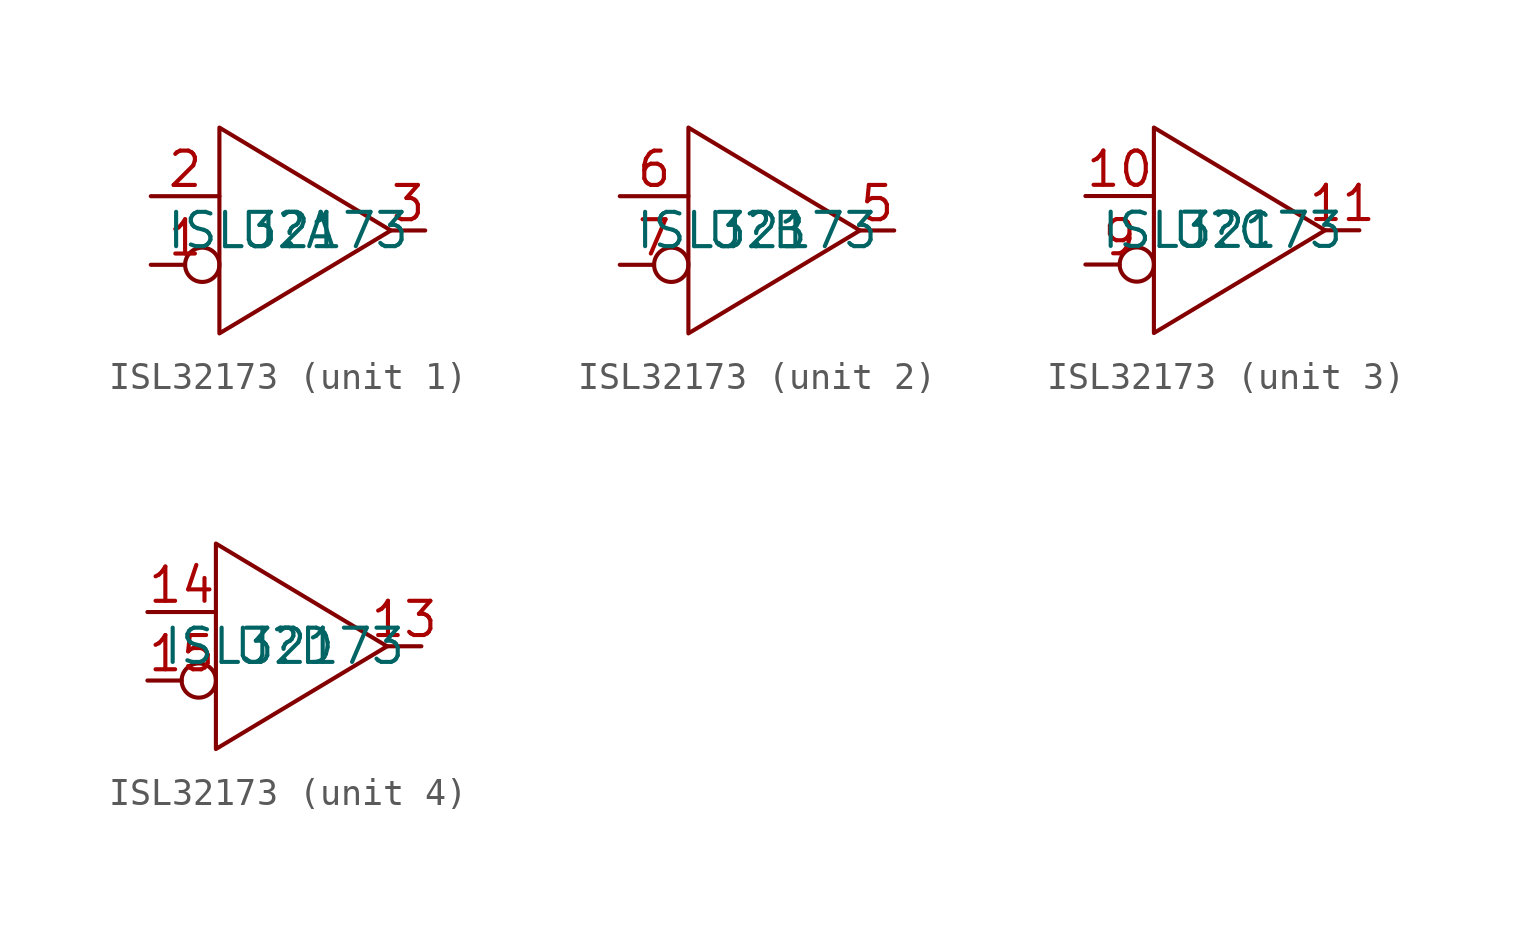
<source format=kicad_sym>
(kicad_symbol_lib
  (version 20231120)
  (generator "kicad_symbol_editor")
  (generator_version "8.0")
  (symbol "ISL32173"
    (property "Reference" "U"
      (at 0 0 0)
      (effects (font (size 1.27 1.27))))
    (property "Value" "ISL32173"
      (at 0 0 0)
      (effects (font (size 1.27 1.27))))
    (property "ki_locked" ""
      (at 0 0 0)
      (effects (font (size 1.27 1.27))))
    (symbol "ISL32173_1_1"
      (polyline (pts (xy -2.54 -3.81) (xy -2.54 3.81) (xy 3.81 0) (xy -2.54 -3.81)) (stroke (width 0) (type default)) (fill (type none)))
      (pin input inverted (at -5.08 -1.27 0) (length 2.54) (name "" (effects (font (size 1.27 1.27)))) (number "1" (effects (font (size 1.27 1.27)))))
      (pin input line (at -5.08 1.27 0) (length 2.54) (name "" (effects (font (size 1.27 1.27)))) (number "2" (effects (font (size 1.27 1.27)))))
      (pin output line (at 5.08 0 180) (length 1.27) (name "" (effects (font (size 1.27 1.27)))) (number "3" (effects (font (size 1.27 1.27))))))
    (symbol "ISL32173_2_1"
      (polyline (pts (xy -2.54 -3.81) (xy -2.54 3.81) (xy 3.81 0) (xy -2.54 -3.81)) (stroke (width 0) (type default)) (fill (type none)))
      (pin output line (at 5.08 0 180) (length 1.27) (name "" (effects (font (size 1.27 1.27)))) (number "5" (effects (font (size 1.27 1.27)))))
      (pin input line (at -5.08 1.27 0) (length 2.54) (name "" (effects (font (size 1.27 1.27)))) (number "6" (effects (font (size 1.27 1.27)))))
      (pin input inverted (at -5.08 -1.27 0) (length 2.54) (name "" (effects (font (size 1.27 1.27)))) (number "7" (effects (font (size 1.27 1.27))))))
    (symbol "ISL32173_3_1"
      (polyline (pts (xy -2.54 -3.81) (xy -2.54 3.81) (xy 3.81 0) (xy -2.54 -3.81)) (stroke (width 0) (type default)) (fill (type none)))
      (pin input line (at -5.08 1.27 0) (length 2.54) (name "" (effects (font (size 1.27 1.27)))) (number "10" (effects (font (size 1.27 1.27)))))
      (pin output line (at 5.08 0 180) (length 1.27) (name "" (effects (font (size 1.27 1.27)))) (number "11" (effects (font (size 1.27 1.27)))))
      (pin input inverted (at -5.08 -1.27 0) (length 2.54) (name "" (effects (font (size 1.27 1.27)))) (number "9" (effects (font (size 1.27 1.27))))))
    (symbol "ISL32173_4_1"
      (polyline (pts (xy -2.54 -3.81) (xy -2.54 3.81) (xy 3.81 0) (xy -2.54 -3.81)) (stroke (width 0) (type default)) (fill (type none)))
      (pin output line (at 5.08 0 180) (length 1.27) (name "" (effects (font (size 1.27 1.27)))) (number "13" (effects (font (size 1.27 1.27)))))
      (pin input line (at -5.08 1.27 0) (length 2.54) (name "" (effects (font (size 1.27 1.27)))) (number "14" (effects (font (size 1.27 1.27)))))
      (pin input inverted (at -5.08 -1.27 0) (length 2.54) (name "" (effects (font (size 1.27 1.27)))) (number "15" (effects (font (size 1.27 1.27))))))))
</source>
